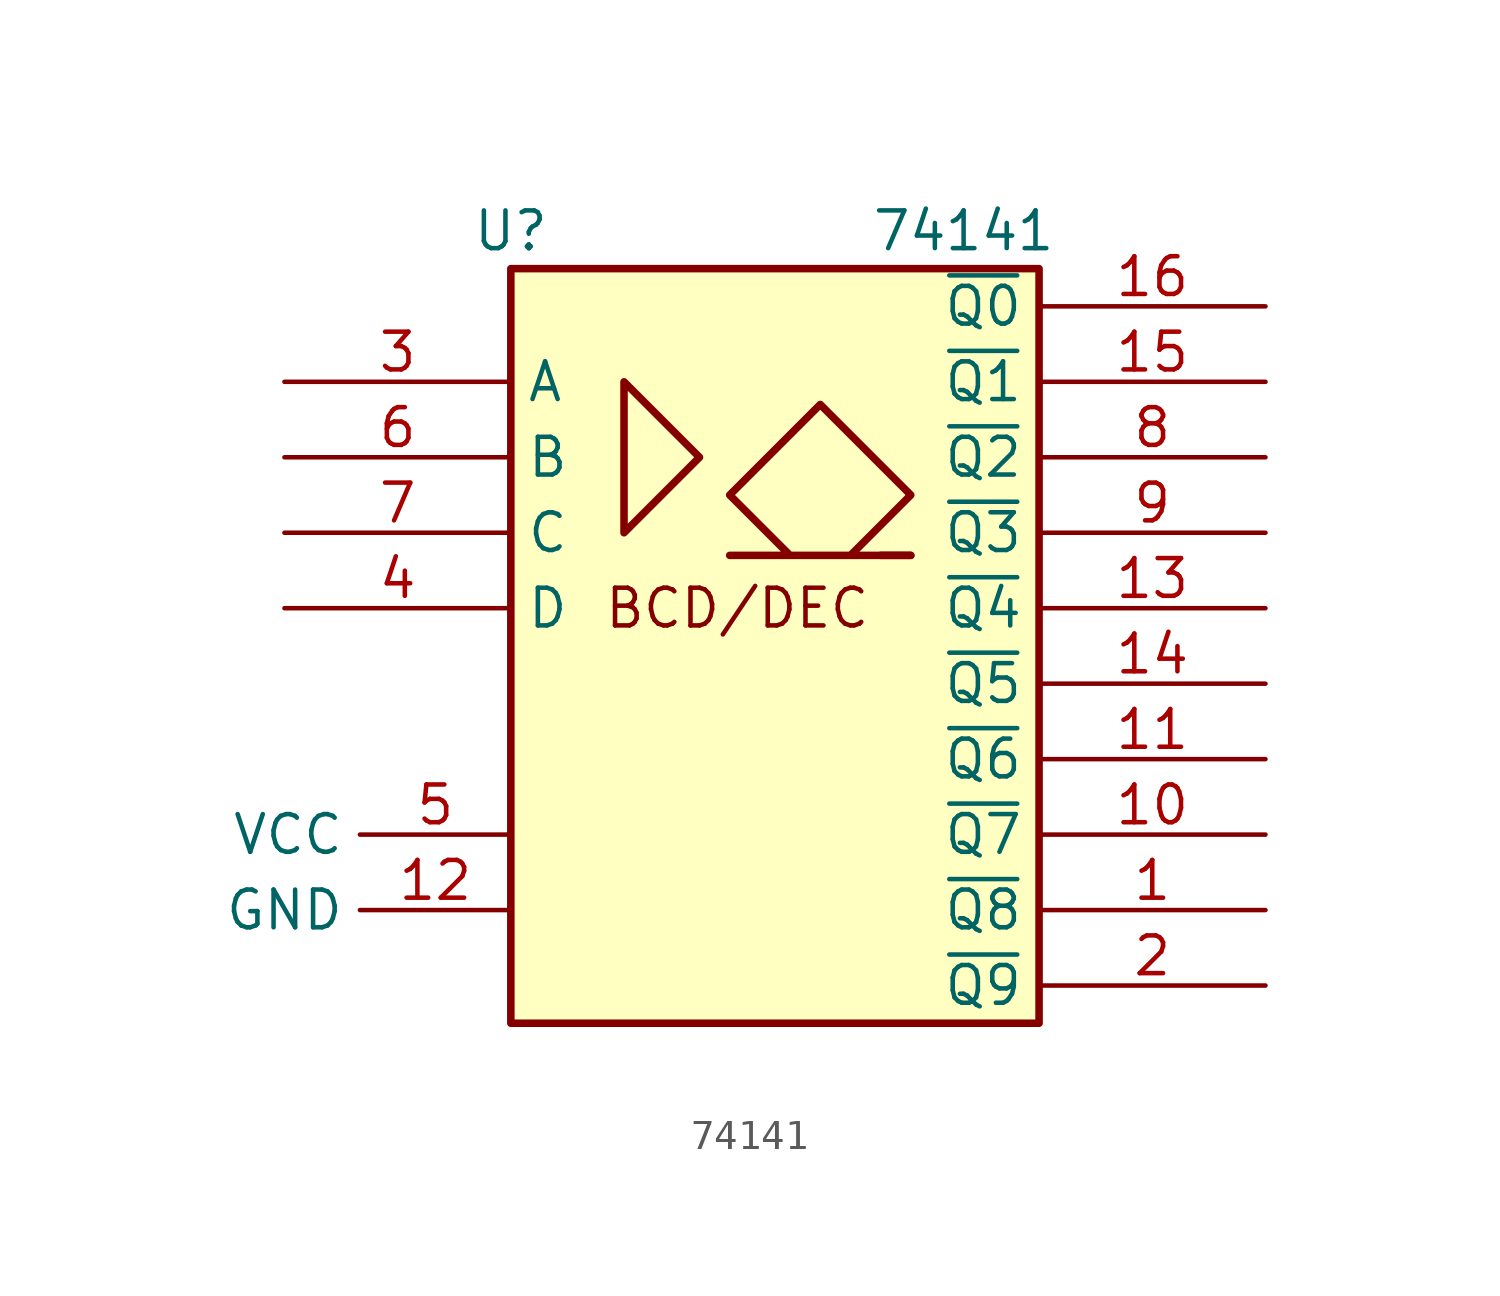
<source format=kicad_sym>
(kicad_symbol_lib
  (version 20220914)
  (generator kicad_symbol_editor)
  (symbol "74141"
    (property "Reference" "U"
      (at -15.24 1.27 0)
      (effects (font (size 1.27 1.27))))
    (property "Value" "74141"
      (at 0 1.27 0)
      (effects (font (size 1.27 1.27))))
    (symbol "74141_0_0"
      (polyline (pts (xy -1.778 -9.652) (xy -2.794 -9.652) (xy -2.794 -9.652)) (stroke (width 0.254) (type default)) (fill (type background)))
      (polyline (pts (xy -11.43 -3.81) (xy -11.43 -8.89) (xy -8.89 -6.35) (xy -11.43 -3.81) (xy -11.43 -3.81)) (stroke (width 0.254) (type default)) (fill (type background)))
      (polyline (pts (xy -3.81 -9.652) (xy -1.778 -7.62) (xy -4.826 -4.572) (xy -7.874 -7.62) (xy -5.842 -9.652) (xy -7.874 -9.652) (xy -1.778 -9.652)) (stroke (width 0.254) (type default)) (fill (type background)))
      (text "BCD/DEC" (at -7.62 -11.43 0) (effects (font (size 1.27 1.27))))
      (pin power_in line (at -15.24 -21.59 180) (length 5.08) (name "GND" (effects (font (size 1.27 1.27)))) (number "12" (effects (font (size 1.27 1.27)))))
      (pin power_in line (at -15.24 -19.05 180) (length 5.08) (name "VCC" (effects (font (size 1.27 1.27)))) (number "5" (effects (font (size 1.27 1.27))))))
    (symbol "74141_0_1"
      (rectangle (start -15.24 0) (end 2.54 -25.4) (stroke (width 0.254) (type default)) (fill (type background))))
    (symbol "74141_1_1"
      (pin open_collector line (at 10.16 -21.59 180) (length 7.62) (name "~{Q8}" (effects (font (size 1.27 1.27)))) (number "1" (effects (font (size 1.27 1.27)))))
      (pin open_collector line (at 10.16 -19.05 180) (length 7.62) (name "~{Q7}" (effects (font (size 1.27 1.27)))) (number "10" (effects (font (size 1.27 1.27)))))
      (pin open_collector line (at 10.16 -16.51 180) (length 7.62) (name "~{Q6}" (effects (font (size 1.27 1.27)))) (number "11" (effects (font (size 1.27 1.27)))))
      (pin open_collector line (at 10.16 -11.43 180) (length 7.62) (name "~{Q4}" (effects (font (size 1.27 1.27)))) (number "13" (effects (font (size 1.27 1.27)))))
      (pin open_collector line (at 10.16 -13.97 180) (length 7.62) (name "~{Q5}" (effects (font (size 1.27 1.27)))) (number "14" (effects (font (size 1.27 1.27)))))
      (pin open_collector line (at 10.16 -3.81 180) (length 7.62) (name "~{Q1}" (effects (font (size 1.27 1.27)))) (number "15" (effects (font (size 1.27 1.27)))))
      (pin open_collector line (at 10.16 -1.27 180) (length 7.62) (name "~{Q0}" (effects (font (size 1.27 1.27)))) (number "16" (effects (font (size 1.27 1.27)))))
      (pin open_collector line (at 10.16 -24.13 180) (length 7.62) (name "~{Q9}" (effects (font (size 1.27 1.27)))) (number "2" (effects (font (size 1.27 1.27)))))
      (pin input line (at -22.86 -3.81 0) (length 7.62) (name "A" (effects (font (size 1.27 1.27)))) (number "3" (effects (font (size 1.27 1.27)))))
      (pin input line (at -22.86 -11.43 0) (length 7.62) (name "D" (effects (font (size 1.27 1.27)))) (number "4" (effects (font (size 1.27 1.27)))))
      (pin input line (at -22.86 -6.35 0) (length 7.62) (name "B" (effects (font (size 1.27 1.27)))) (number "6" (effects (font (size 1.27 1.27)))))
      (pin input line (at -22.86 -8.89 0) (length 7.62) (name "C" (effects (font (size 1.27 1.27)))) (number "7" (effects (font (size 1.27 1.27)))))
      (pin open_collector line (at 10.16 -6.35 180) (length 7.62) (name "~{Q2}" (effects (font (size 1.27 1.27)))) (number "8" (effects (font (size 1.27 1.27)))))
      (pin open_collector line (at 10.16 -8.89 180) (length 7.62) (name "~{Q3}" (effects (font (size 1.27 1.27)))) (number "9" (effects (font (size 1.27 1.27))))))))
</source>
